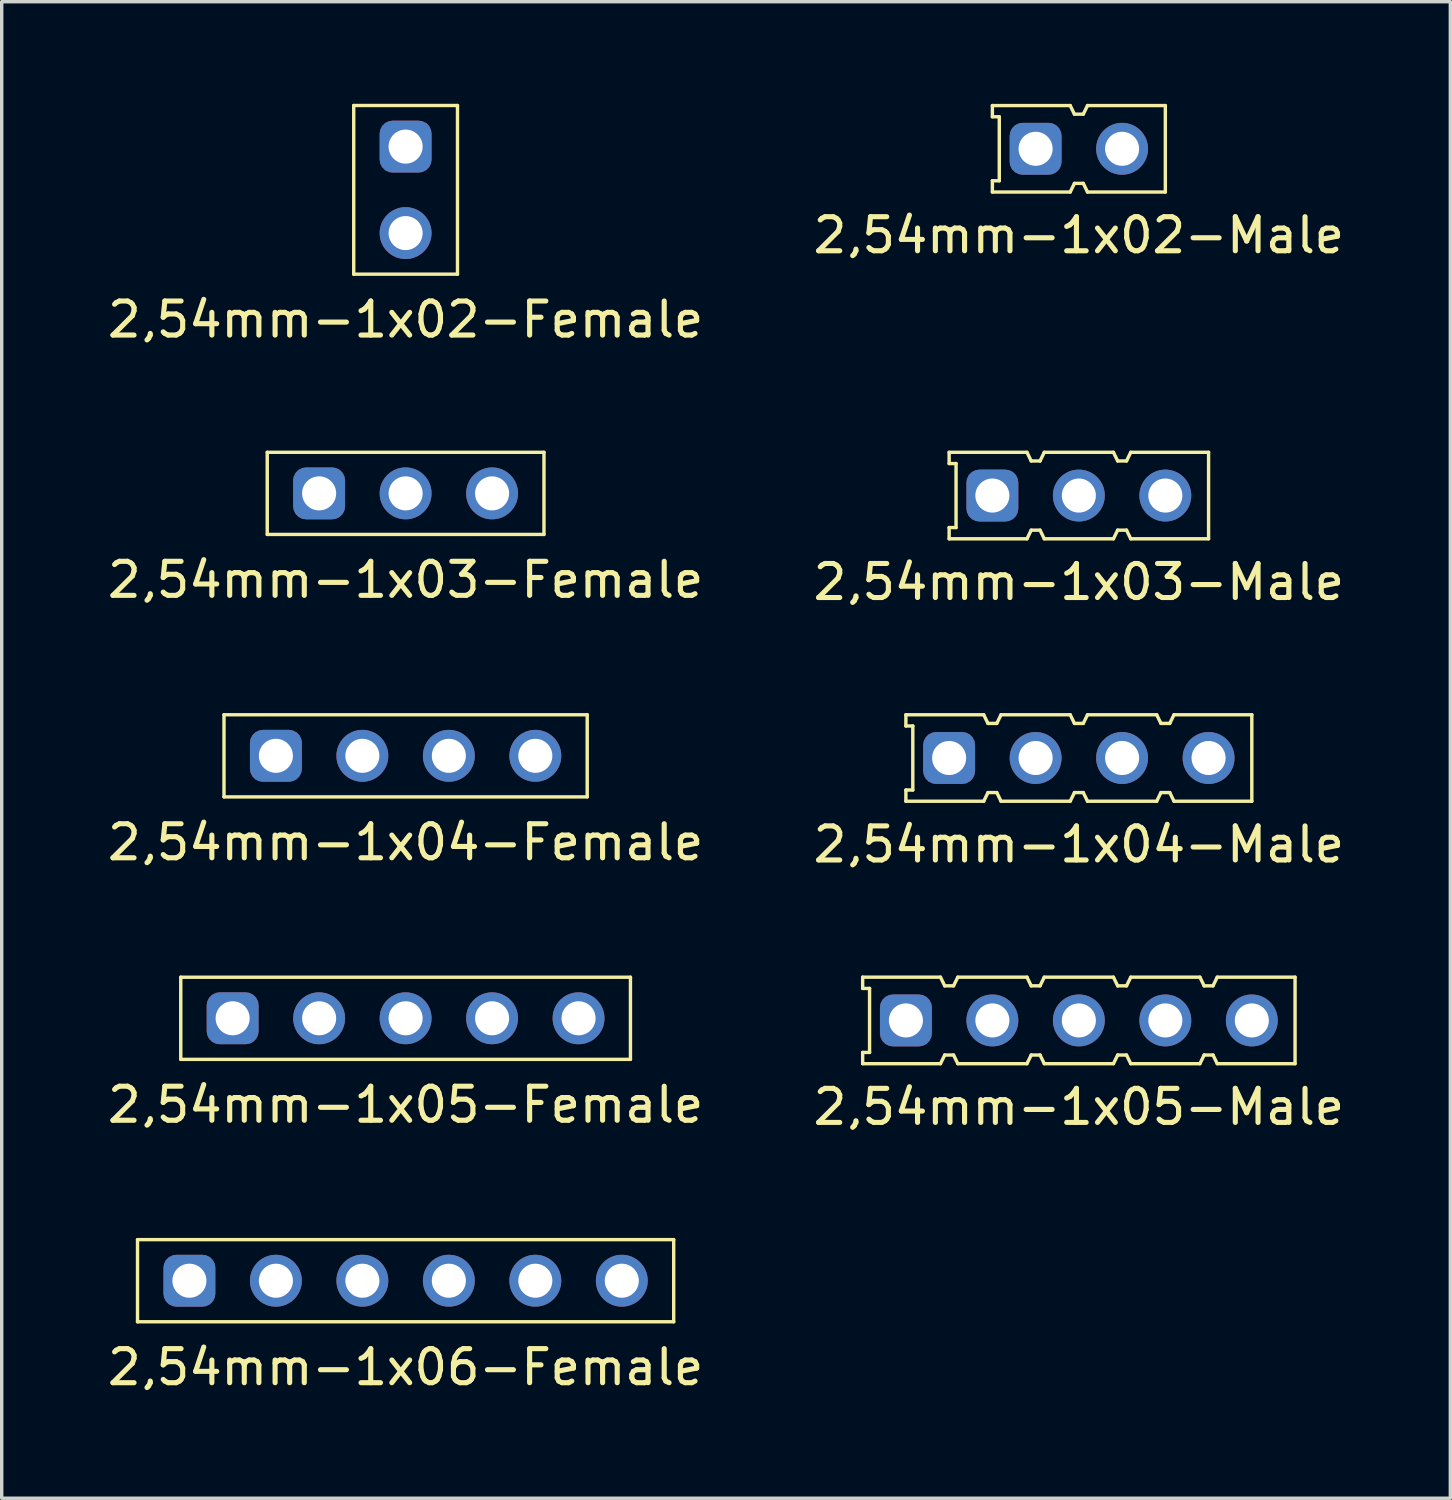
<source format=kicad_pcb>
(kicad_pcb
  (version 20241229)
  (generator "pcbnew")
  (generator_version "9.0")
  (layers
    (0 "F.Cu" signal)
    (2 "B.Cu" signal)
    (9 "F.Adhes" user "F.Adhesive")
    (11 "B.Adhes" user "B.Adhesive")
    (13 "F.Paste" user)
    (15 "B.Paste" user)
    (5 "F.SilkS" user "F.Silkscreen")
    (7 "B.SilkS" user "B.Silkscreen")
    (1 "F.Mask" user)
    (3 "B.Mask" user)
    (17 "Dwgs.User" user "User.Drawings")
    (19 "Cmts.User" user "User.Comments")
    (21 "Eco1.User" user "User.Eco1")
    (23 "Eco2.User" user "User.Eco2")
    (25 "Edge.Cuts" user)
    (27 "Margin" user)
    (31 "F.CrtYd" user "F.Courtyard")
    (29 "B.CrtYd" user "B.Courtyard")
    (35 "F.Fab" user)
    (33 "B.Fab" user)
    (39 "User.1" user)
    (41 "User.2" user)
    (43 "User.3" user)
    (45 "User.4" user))
  (footprint "2,54mm-1x05-Female"
    (layer "F.Cu")
    (at 8.863 26.858)
    (property "Reference" "2,54mm-1x05-Female" (at 0 2.54 0) (layer "F.SilkS") (effects (font (size 1 1) (thickness 0.15))))
    (attr through_hole)
    (fp_line (start -6.604 -1.206) (end -6.604 1.206) (stroke (width 0.1) (type solid)) (layer "F.SilkS"))
    (fp_line (start -6.604 1.206) (end 6.604 1.206) (stroke (width 0.1) (type solid)) (layer "F.SilkS"))
    (fp_line (start 6.604 -1.206) (end -6.604 -1.206) (stroke (width 0.1) (type solid)) (layer "F.SilkS"))
    (fp_line (start 6.604 1.206) (end 6.604 -1.206) (stroke (width 0.1) (type solid)) (layer "F.SilkS"))
    (pad "1" thru_hole roundrect (at -5.08 0) (size 1.524 1.524) (drill 1) (layers "*.Cu" "*.Mask") (roundrect_rratio 0.25))
    (pad "2" thru_hole circle (at -2.54 0) (size 1.524 1.524) (drill 1) (layers "*.Cu" "*.Mask"))
    (pad "3" thru_hole circle (at 0 0) (size 1.524 1.524) (drill 1) (layers "*.Cu" "*.Mask"))
    (pad "4" thru_hole circle (at 2.54 0) (size 1.524 1.524) (drill 1) (layers "*.Cu" "*.Mask"))
    (pad "5" thru_hole circle (at 5.08 0) (size 1.524 1.524) (drill 1) (layers "*.Cu" "*.Mask")))
  (footprint "2,54mm-1x06-Female"
    (layer "F.Cu")
    (at 8.863 34.566)
    (property "Reference" "2,54mm-1x06-Female" (at 0 2.54 0) (layer "F.SilkS") (effects (font (size 1 1) (thickness 0.15))))
    (attr through_hole)
    (fp_line (start -7.874 -1.206) (end -7.874 1.206) (stroke (width 0.1) (type solid)) (layer "F.SilkS"))
    (fp_line (start -7.874 1.206) (end 7.874 1.206) (stroke (width 0.1) (type solid)) (layer "F.SilkS"))
    (fp_line (start 7.874 -1.206) (end -7.874 -1.206) (stroke (width 0.1) (type solid)) (layer "F.SilkS"))
    (fp_line (start 7.874 1.206) (end 7.874 -1.206) (stroke (width 0.1) (type solid)) (layer "F.SilkS"))
    (pad "1" thru_hole roundrect (at -6.35 0) (size 1.524 1.524) (drill 1) (layers "*.Cu" "*.Mask") (roundrect_rratio 0.25))
    (pad "2" thru_hole circle (at -3.81 0) (size 1.524 1.524) (drill 1) (layers "*.Cu" "*.Mask"))
    (pad "3" thru_hole circle (at -1.27 0) (size 1.524 1.524) (drill 1) (layers "*.Cu" "*.Mask"))
    (pad "4" thru_hole circle (at 1.27 0) (size 1.524 1.524) (drill 1) (layers "*.Cu" "*.Mask"))
    (pad "5" thru_hole circle (at 3.81 0) (size 1.524 1.524) (drill 1) (layers "*.Cu" "*.Mask"))
    (pad "6" thru_hole circle (at 6.35 0) (size 1.524 1.524) (drill 1) (layers "*.Cu" "*.Mask")))
  (footprint "2,54mm-1x05-Male"
    (layer "F.Cu")
    (at 28.637 26.921)
    (property "Reference" "2,54mm-1x05-Male" (at 0 2.54 0) (layer "F.SilkS") (effects (font (size 1 1) (thickness 0.15))))
    (attr through_hole)
    (fp_line (start -6.35 -1.27) (end -6.35 -0.94) (stroke (width 0.1) (type solid)) (layer "F.SilkS"))
    (fp_line (start -6.35 0.94) (end -6.35 1.27) (stroke (width 0.1) (type solid)) (layer "F.SilkS"))
    (fp_line (start -6.35 1.27) (end -4.064 1.27) (stroke (width 0.1) (type solid)) (layer "F.SilkS"))
    (fp_line (start -6.147 -0.94) (end -6.35 -0.94) (stroke (width 0.1) (type solid)) (layer "F.SilkS"))
    (fp_line (start -6.147 -0.94) (end -6.147 0.94) (stroke (width 0.1) (type solid)) (layer "F.SilkS"))
    (fp_line (start -6.147 0.94) (end -6.35 0.94) (stroke (width 0.1) (type solid)) (layer "F.SilkS"))
    (fp_line (start -4.064 -1.27) (end -6.35 -1.27) (stroke (width 0.1) (type solid)) (layer "F.SilkS"))
    (fp_line (start -4.064 1.27) (end -3.94 1.016) (stroke (width 0.1) (type solid)) (layer "F.SilkS"))
    (fp_line (start -3.94 -1.016) (end -4.064 -1.27) (stroke (width 0.1) (type solid)) (layer "F.SilkS"))
    (fp_line (start -3.94 1.016) (end -3.68 1.016) (stroke (width 0.1) (type solid)) (layer "F.SilkS"))
    (fp_line (start -3.68 -1.016) (end -3.94 -1.016) (stroke (width 0.1) (type solid)) (layer "F.SilkS"))
    (fp_line (start -3.68 1.016) (end -3.556 1.27) (stroke (width 0.1) (type solid)) (layer "F.SilkS"))
    (fp_line (start -3.556 -1.27) (end -3.68 -1.016) (stroke (width 0.1) (type solid)) (layer "F.SilkS"))
    (fp_line (start -3.556 1.27) (end -1.524 1.27) (stroke (width 0.1) (type solid)) (layer "F.SilkS"))
    (fp_line (start -1.524 -1.27) (end -3.556 -1.27) (stroke (width 0.1) (type solid)) (layer "F.SilkS"))
    (fp_line (start -1.524 1.27) (end -1.4 1.016) (stroke (width 0.1) (type solid)) (layer "F.SilkS"))
    (fp_line (start -1.4 -1.016) (end -1.524 -1.27) (stroke (width 0.1) (type solid)) (layer "F.SilkS"))
    (fp_line (start -1.4 1.016) (end -1.14 1.016) (stroke (width 0.1) (type solid)) (layer "F.SilkS"))
    (fp_line (start -1.14 -1.016) (end -1.4 -1.016) (stroke (width 0.1) (type solid)) (layer "F.SilkS"))
    (fp_line (start -1.14 1.016) (end -1.016 1.27) (stroke (width 0.1) (type solid)) (layer "F.SilkS"))
    (fp_line (start -1.016 -1.27) (end -1.14 -1.016) (stroke (width 0.1) (type solid)) (layer "F.SilkS"))
    (fp_line (start -1.016 1.27) (end 1.016 1.27) (stroke (width 0.1) (type solid)) (layer "F.SilkS"))
    (fp_line (start 1.016 -1.27) (end -1.016 -1.27) (stroke (width 0.1) (type solid)) (layer "F.SilkS"))
    (fp_line (start 1.016 1.27) (end 1.14 1.016) (stroke (width 0.1) (type solid)) (layer "F.SilkS"))
    (fp_line (start 1.14 -1.016) (end 1.016 -1.27) (stroke (width 0.1) (type solid)) (layer "F.SilkS"))
    (fp_line (start 1.14 1.016) (end 1.4 1.016) (stroke (width 0.1) (type solid)) (layer "F.SilkS"))
    (fp_line (start 1.4 -1.016) (end 1.14 -1.016) (stroke (width 0.1) (type solid)) (layer "F.SilkS"))
    (fp_line (start 1.4 1.016) (end 1.524 1.27) (stroke (width 0.1) (type solid)) (layer "F.SilkS"))
    (fp_line (start 1.524 -1.27) (end 1.4 -1.016) (stroke (width 0.1) (type solid)) (layer "F.SilkS"))
    (fp_line (start 1.524 1.27) (end 3.556 1.27) (stroke (width 0.1) (type solid)) (layer "F.SilkS"))
    (fp_line (start 3.556 -1.27) (end 1.524 -1.27) (stroke (width 0.1) (type solid)) (layer "F.SilkS"))
    (fp_line (start 3.556 1.27) (end 3.68 1.016) (stroke (width 0.1) (type solid)) (layer "F.SilkS"))
    (fp_line (start 3.68 -1.016) (end 3.556 -1.27) (stroke (width 0.1) (type solid)) (layer "F.SilkS"))
    (fp_line (start 3.68 1.016) (end 3.94 1.016) (stroke (width 0.1) (type solid)) (layer "F.SilkS"))
    (fp_line (start 3.94 -1.016) (end 3.68 -1.016) (stroke (width 0.1) (type solid)) (layer "F.SilkS"))
    (fp_line (start 3.94 1.016) (end 4.064 1.27) (stroke (width 0.1) (type solid)) (layer "F.SilkS"))
    (fp_line (start 4.064 -1.27) (end 3.94 -1.016) (stroke (width 0.1) (type solid)) (layer "F.SilkS"))
    (fp_line (start 4.064 1.27) (end 6.35 1.27) (stroke (width 0.1) (type solid)) (layer "F.SilkS"))
    (fp_line (start 6.35 -1.27) (end 4.064 -1.27) (stroke (width 0.1) (type solid)) (layer "F.SilkS"))
    (fp_line (start 6.35 1.27) (end 6.35 -1.27) (stroke (width 0.1) (type solid)) (layer "F.SilkS"))
    (pad "1" thru_hole roundrect (at -5.08 0) (size 1.524 1.524) (drill 1) (layers "*.Cu" "*.Mask") (roundrect_rratio 0.25))
    (pad "2" thru_hole circle (at -2.54 0) (size 1.524 1.524) (drill 1) (layers "*.Cu" "*.Mask"))
    (pad "3" thru_hole circle (at 0 0) (size 1.524 1.524) (drill 1) (layers "*.Cu" "*.Mask"))
    (pad "4" thru_hole circle (at 2.54 0) (size 1.524 1.524) (drill 1) (layers "*.Cu" "*.Mask"))
    (pad "5" thru_hole circle (at 5.08 0) (size 1.524 1.524) (drill 1) (layers "*.Cu" "*.Mask")))
  (footprint "2,54mm-1x02-Male"
    (layer "F.Cu")
    (at 28.637 1.32)
    (property "Reference" "2,54mm-1x02-Male" (at 0 2.54 0) (layer "F.SilkS") (effects (font (size 1 1) (thickness 0.15))))
    (attr through_hole)
    (fp_line (start -2.54 -1.27) (end -2.54 -0.94) (stroke (width 0.1) (type solid)) (layer "F.SilkS"))
    (fp_line (start -2.54 0.94) (end -2.54 1.27) (stroke (width 0.1) (type solid)) (layer "F.SilkS"))
    (fp_line (start -2.54 1.27) (end -0.254 1.27) (stroke (width 0.1) (type solid)) (layer "F.SilkS"))
    (fp_line (start -2.337 -0.94) (end -2.54 -0.94) (stroke (width 0.1) (type solid)) (layer "F.SilkS"))
    (fp_line (start -2.337 -0.94) (end -2.337 0.94) (stroke (width 0.1) (type solid)) (layer "F.SilkS"))
    (fp_line (start -2.337 0.94) (end -2.54 0.94) (stroke (width 0.1) (type solid)) (layer "F.SilkS"))
    (fp_line (start -0.254 -1.27) (end -2.54 -1.27) (stroke (width 0.1) (type solid)) (layer "F.SilkS"))
    (fp_line (start -0.254 1.27) (end -0.13 1.016) (stroke (width 0.1) (type solid)) (layer "F.SilkS"))
    (fp_line (start -0.13 -1.016) (end -0.254 -1.27) (stroke (width 0.1) (type solid)) (layer "F.SilkS"))
    (fp_line (start -0.13 1.016) (end 0.13 1.016) (stroke (width 0.1) (type solid)) (layer "F.SilkS"))
    (fp_line (start 0.13 -1.016) (end -0.13 -1.016) (stroke (width 0.1) (type solid)) (layer "F.SilkS"))
    (fp_line (start 0.13 1.016) (end 0.254 1.27) (stroke (width 0.1) (type solid)) (layer "F.SilkS"))
    (fp_line (start 0.254 -1.27) (end 0.13 -1.016) (stroke (width 0.1) (type solid)) (layer "F.SilkS"))
    (fp_line (start 0.254 1.27) (end 2.54 1.27) (stroke (width 0.1) (type solid)) (layer "F.SilkS"))
    (fp_line (start 2.54 -1.27) (end 0.254 -1.27) (stroke (width 0.1) (type solid)) (layer "F.SilkS"))
    (fp_line (start 2.54 1.27) (end 2.54 -1.27) (stroke (width 0.1) (type solid)) (layer "F.SilkS"))
    (pad "1" thru_hole roundrect (at -1.27 0) (size 1.524 1.524) (drill 1) (layers "*.Cu" "*.Mask") (roundrect_rratio 0.25))
    (pad "2" thru_hole circle (at 1.27 0) (size 1.524 1.524) (drill 1) (layers "*.Cu" "*.Mask")))
  (footprint "2,54mm-1x04-Female"
    (layer "F.Cu")
    (at 8.863 19.149)
    (property "Reference" "2,54mm-1x04-Female" (at 0 2.54 0) (layer "F.SilkS") (effects (font (size 1 1) (thickness 0.15))))
    (attr through_hole)
    (fp_line (start -5.334 -1.206) (end -5.334 1.206) (stroke (width 0.1) (type solid)) (layer "F.SilkS"))
    (fp_line (start -5.334 1.206) (end 5.334 1.206) (stroke (width 0.1) (type solid)) (layer "F.SilkS"))
    (fp_line (start 5.334 -1.206) (end -5.334 -1.206) (stroke (width 0.1) (type solid)) (layer "F.SilkS"))
    (fp_line (start 5.334 1.206) (end 5.334 -1.206) (stroke (width 0.1) (type solid)) (layer "F.SilkS"))
    (pad "1" thru_hole roundrect (at -3.81 0) (size 1.524 1.524) (drill 1) (layers "*.Cu" "*.Mask") (roundrect_rratio 0.25))
    (pad "2" thru_hole circle (at -1.27 0) (size 1.524 1.524) (drill 1) (layers "*.Cu" "*.Mask"))
    (pad "3" thru_hole circle (at 1.27 0) (size 1.524 1.524) (drill 1) (layers "*.Cu" "*.Mask"))
    (pad "4" thru_hole circle (at 3.81 0) (size 1.524 1.524) (drill 1) (layers "*.Cu" "*.Mask")))
  (footprint "2,54mm-1x03-Male"
    (layer "F.Cu")
    (at 28.637 11.505)
    (property "Reference" "2,54mm-1x03-Male" (at 0 2.54 0) (layer "F.SilkS") (effects (font (size 1 1) (thickness 0.15))))
    (attr through_hole)
    (fp_line (start -3.81 -1.27) (end -3.81 -0.94) (stroke (width 0.1) (type solid)) (layer "F.SilkS"))
    (fp_line (start -3.81 0.94) (end -3.81 1.27) (stroke (width 0.1) (type solid)) (layer "F.SilkS"))
    (fp_line (start -3.81 1.27) (end -1.524 1.27) (stroke (width 0.1) (type solid)) (layer "F.SilkS"))
    (fp_line (start -3.607 -0.94) (end -3.81 -0.94) (stroke (width 0.1) (type solid)) (layer "F.SilkS"))
    (fp_line (start -3.607 -0.94) (end -3.607 0.94) (stroke (width 0.1) (type solid)) (layer "F.SilkS"))
    (fp_line (start -3.607 0.94) (end -3.81 0.94) (stroke (width 0.1) (type solid)) (layer "F.SilkS"))
    (fp_line (start -1.524 -1.27) (end -3.81 -1.27) (stroke (width 0.1) (type solid)) (layer "F.SilkS"))
    (fp_line (start -1.524 1.27) (end -1.4 1.016) (stroke (width 0.1) (type solid)) (layer "F.SilkS"))
    (fp_line (start -1.4 -1.016) (end -1.524 -1.27) (stroke (width 0.1) (type solid)) (layer "F.SilkS"))
    (fp_line (start -1.4 1.016) (end -1.14 1.016) (stroke (width 0.1) (type solid)) (layer "F.SilkS"))
    (fp_line (start -1.14 -1.016) (end -1.4 -1.016) (stroke (width 0.1) (type solid)) (layer "F.SilkS"))
    (fp_line (start -1.14 1.016) (end -1.016 1.27) (stroke (width 0.1) (type solid)) (layer "F.SilkS"))
    (fp_line (start -1.016 -1.27) (end -1.14 -1.016) (stroke (width 0.1) (type solid)) (layer "F.SilkS"))
    (fp_line (start -1.016 1.27) (end 1.016 1.27) (stroke (width 0.1) (type solid)) (layer "F.SilkS"))
    (fp_line (start 1.016 -1.27) (end -1.016 -1.27) (stroke (width 0.1) (type solid)) (layer "F.SilkS"))
    (fp_line (start 1.016 1.27) (end 1.14 1.016) (stroke (width 0.1) (type solid)) (layer "F.SilkS"))
    (fp_line (start 1.14 -1.016) (end 1.016 -1.27) (stroke (width 0.1) (type solid)) (layer "F.SilkS"))
    (fp_line (start 1.14 1.016) (end 1.4 1.016) (stroke (width 0.1) (type solid)) (layer "F.SilkS"))
    (fp_line (start 1.4 -1.016) (end 1.14 -1.016) (stroke (width 0.1) (type solid)) (layer "F.SilkS"))
    (fp_line (start 1.4 1.016) (end 1.524 1.27) (stroke (width 0.1) (type solid)) (layer "F.SilkS"))
    (fp_line (start 1.524 -1.27) (end 1.4 -1.016) (stroke (width 0.1) (type solid)) (layer "F.SilkS"))
    (fp_line (start 1.524 1.27) (end 3.81 1.27) (stroke (width 0.1) (type solid)) (layer "F.SilkS"))
    (fp_line (start 3.81 -1.27) (end 1.524 -1.27) (stroke (width 0.1) (type solid)) (layer "F.SilkS"))
    (fp_line (start 3.81 1.27) (end 3.81 -1.27) (stroke (width 0.1) (type solid)) (layer "F.SilkS"))
    (pad "1" thru_hole roundrect (at -2.54 0) (size 1.524 1.524) (drill 1) (layers "*.Cu" "*.Mask") (roundrect_rratio 0.25))
    (pad "2" thru_hole circle (at 0 0) (size 1.524 1.524) (drill 1) (layers "*.Cu" "*.Mask"))
    (pad "3" thru_hole circle (at 2.54 0) (size 1.524 1.524) (drill 1) (layers "*.Cu" "*.Mask")))
  (footprint "2,54mm-1x03-Female"
    (layer "F.Cu")
    (at 8.863 11.441)
    (property "Reference" "2,54mm-1x03-Female" (at 0 2.54 0) (layer "F.SilkS") (effects (font (size 1 1) (thickness 0.15))))
    (attr through_hole)
    (fp_line (start -4.064 -1.206) (end -4.064 1.206) (stroke (width 0.1) (type solid)) (layer "F.SilkS"))
    (fp_line (start -4.064 1.206) (end 4.064 1.206) (stroke (width 0.1) (type solid)) (layer "F.SilkS"))
    (fp_line (start 4.064 -1.206) (end -4.064 -1.206) (stroke (width 0.1) (type solid)) (layer "F.SilkS"))
    (fp_line (start 4.064 1.206) (end 4.064 -1.206) (stroke (width 0.1) (type solid)) (layer "F.SilkS"))
    (pad "1" thru_hole roundrect (at -2.54 0) (size 1.524 1.524) (drill 1) (layers "*.Cu" "*.Mask") (roundrect_rratio 0.25))
    (pad "2" thru_hole circle (at 0 0) (size 1.524 1.524) (drill 1) (layers "*.Cu" "*.Mask"))
    (pad "3" thru_hole circle (at 2.54 0) (size 1.524 1.524) (drill 1) (layers "*.Cu" "*.Mask")))
  (footprint "2,54mm-1x02-Female"
    (layer "F.Cu")
    (at 8.863 2.526)
    (property "Reference" "2,54mm-1x02-Female" (at 0 3.81 0) (layer "F.SilkS") (effects (font (size 1 1) (thickness 0.15))))
    (attr through_hole)
    (fp_line (start -1.524 -2.477) (end -1.524 2.477) (stroke (width 0.1) (type solid)) (layer "F.SilkS"))
    (fp_line (start -1.524 2.477) (end 1.524 2.477) (stroke (width 0.1) (type solid)) (layer "F.SilkS"))
    (fp_line (start 1.524 -2.477) (end -1.524 -2.477) (stroke (width 0.1) (type solid)) (layer "F.SilkS"))
    (fp_line (start 1.524 2.477) (end 1.524 -2.477) (stroke (width 0.1) (type solid)) (layer "F.SilkS"))
    (pad "1" thru_hole roundrect (at 0 -1.27) (size 1.524 1.524) (drill 1) (layers "*.Cu" "*.Mask") (roundrect_rratio 0.25))
    (pad "2" thru_hole circle (at 0 1.27) (size 1.524 1.524) (drill 1) (layers "*.Cu" "*.Mask")))
  (footprint "2,54mm-1x04-Male"
    (layer "F.Cu")
    (at 28.637 19.213)
    (property "Reference" "2,54mm-1x04-Male" (at 0 2.54 0) (layer "F.SilkS") (effects (font (size 1 1) (thickness 0.15))))
    (attr through_hole)
    (fp_line (start -5.08 -1.27) (end -5.08 -0.94) (stroke (width 0.1) (type solid)) (layer "F.SilkS"))
    (fp_line (start -5.08 0.94) (end -5.08 1.27) (stroke (width 0.1) (type solid)) (layer "F.SilkS"))
    (fp_line (start -5.08 1.27) (end -2.794 1.27) (stroke (width 0.1) (type solid)) (layer "F.SilkS"))
    (fp_line (start -4.877 -0.94) (end -5.08 -0.94) (stroke (width 0.1) (type solid)) (layer "F.SilkS"))
    (fp_line (start -4.877 -0.94) (end -4.877 0.94) (stroke (width 0.1) (type solid)) (layer "F.SilkS"))
    (fp_line (start -4.877 0.94) (end -5.08 0.94) (stroke (width 0.1) (type solid)) (layer "F.SilkS"))
    (fp_line (start -2.794 -1.27) (end -5.08 -1.27) (stroke (width 0.1) (type solid)) (layer "F.SilkS"))
    (fp_line (start -2.794 1.27) (end -2.67 1.016) (stroke (width 0.1) (type solid)) (layer "F.SilkS"))
    (fp_line (start -2.67 -1.016) (end -2.794 -1.27) (stroke (width 0.1) (type solid)) (layer "F.SilkS"))
    (fp_line (start -2.67 1.016) (end -2.41 1.016) (stroke (width 0.1) (type solid)) (layer "F.SilkS"))
    (fp_line (start -2.41 -1.016) (end -2.67 -1.016) (stroke (width 0.1) (type solid)) (layer "F.SilkS"))
    (fp_line (start -2.41 1.016) (end -2.286 1.27) (stroke (width 0.1) (type solid)) (layer "F.SilkS"))
    (fp_line (start -2.286 -1.27) (end -2.41 -1.016) (stroke (width 0.1) (type solid)) (layer "F.SilkS"))
    (fp_line (start -2.286 1.27) (end -0.254 1.27) (stroke (width 0.1) (type solid)) (layer "F.SilkS"))
    (fp_line (start -0.254 -1.27) (end -2.286 -1.27) (stroke (width 0.1) (type solid)) (layer "F.SilkS"))
    (fp_line (start -0.254 1.27) (end -0.13 1.016) (stroke (width 0.1) (type solid)) (layer "F.SilkS"))
    (fp_line (start -0.13 -1.016) (end -0.254 -1.27) (stroke (width 0.1) (type solid)) (layer "F.SilkS"))
    (fp_line (start -0.13 1.016) (end 0.13 1.016) (stroke (width 0.1) (type solid)) (layer "F.SilkS"))
    (fp_line (start 0.13 -1.016) (end -0.13 -1.016) (stroke (width 0.1) (type solid)) (layer "F.SilkS"))
    (fp_line (start 0.13 1.016) (end 0.254 1.27) (stroke (width 0.1) (type solid)) (layer "F.SilkS"))
    (fp_line (start 0.254 -1.27) (end 0.13 -1.016) (stroke (width 0.1) (type solid)) (layer "F.SilkS"))
    (fp_line (start 0.254 1.27) (end 2.286 1.27) (stroke (width 0.1) (type solid)) (layer "F.SilkS"))
    (fp_line (start 2.286 -1.27) (end 0.254 -1.27) (stroke (width 0.1) (type solid)) (layer "F.SilkS"))
    (fp_line (start 2.286 1.27) (end 2.41 1.016) (stroke (width 0.1) (type solid)) (layer "F.SilkS"))
    (fp_line (start 2.41 -1.016) (end 2.286 -1.27) (stroke (width 0.1) (type solid)) (layer "F.SilkS"))
    (fp_line (start 2.41 1.016) (end 2.67 1.016) (stroke (width 0.1) (type solid)) (layer "F.SilkS"))
    (fp_line (start 2.67 -1.016) (end 2.41 -1.016) (stroke (width 0.1) (type solid)) (layer "F.SilkS"))
    (fp_line (start 2.67 1.016) (end 2.794 1.27) (stroke (width 0.1) (type solid)) (layer "F.SilkS"))
    (fp_line (start 2.794 -1.27) (end 2.67 -1.016) (stroke (width 0.1) (type solid)) (layer "F.SilkS"))
    (fp_line (start 2.794 1.27) (end 5.08 1.27) (stroke (width 0.1) (type solid)) (layer "F.SilkS"))
    (fp_line (start 5.08 -1.27) (end 2.794 -1.27) (stroke (width 0.1) (type solid)) (layer "F.SilkS"))
    (fp_line (start 5.08 1.27) (end 5.08 -1.27) (stroke (width 0.1) (type solid)) (layer "F.SilkS"))
    (pad "1" thru_hole roundrect (at -3.81 0) (size 1.524 1.524) (drill 1) (layers "*.Cu" "*.Mask") (roundrect_rratio 0.25))
    (pad "2" thru_hole circle (at -1.27 0) (size 1.524 1.524) (drill 1) (layers "*.Cu" "*.Mask"))
    (pad "3" thru_hole circle (at 1.27 0) (size 1.524 1.524) (drill 1) (layers "*.Cu" "*.Mask"))
    (pad "4" thru_hole circle (at 3.81 0) (size 1.524 1.524) (drill 1) (layers "*.Cu" "*.Mask")))
  (gr_rect
    (start -3 -3)
    (end 39.548 40.954)
    (stroke (width 0.1) (type default))
    (fill no)
    (layer "Edge.Cuts")))
</source>
